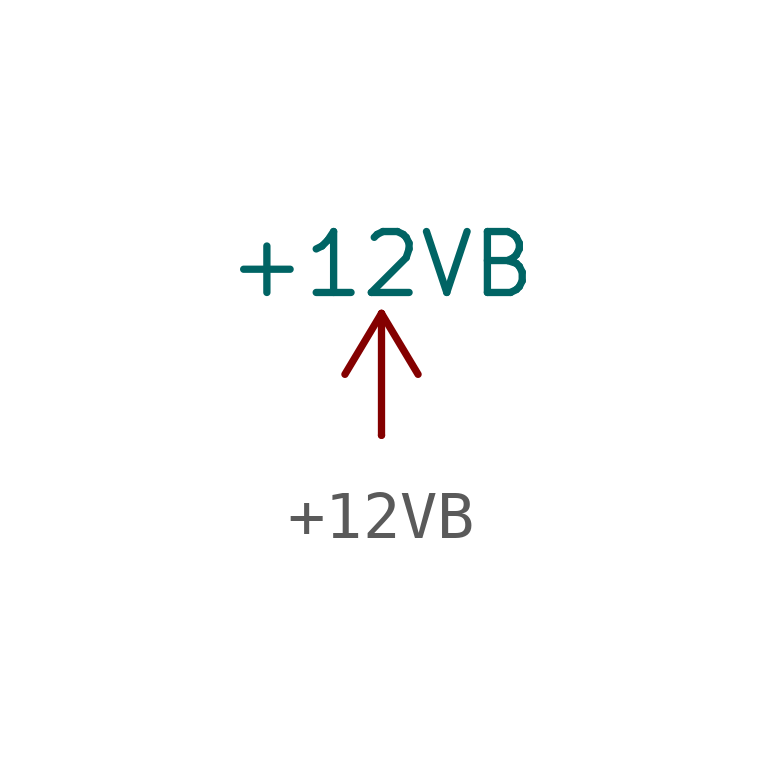
<source format=kicad_sym>
(kicad_symbol_lib
  (version 20241209)
  (generator "kicad_symbol_editor")
  (generator_version "9.0")
  (symbol "+12VB"
    (power)
    (pin_numbers
      (hide yes))
    (pin_names
      (offset 0)
      (hide yes))
    (property "Reference" "#PWR"
      (at 0 -3.81 0)
      (effects (font (size 1.27 1.27)) (hide yes)))
    (property "Value" "+12VB"
      (at 0 3.556 0)
      (effects (font (size 1.27 1.27))))
    (symbol "+12VB_0_1"
      (polyline (pts (xy -0.762 1.27) (xy 0 2.54)) (stroke (width 0) (type default)) (fill (type none)))
      (polyline (pts (xy 0 2.54) (xy 0.762 1.27)) (stroke (width 0) (type default)) (fill (type none)))
      (polyline (pts (xy 0 0) (xy 0 2.54)) (stroke (width 0) (type default)) (fill (type none))))
    (symbol "+12VB_1_1"
      (pin power_in line (at 0 0 90) (length 0) (name "~" (effects (font (size 1.27 1.27)))) (number "1" (effects (font (size 1.27 1.27))))))))
</source>
